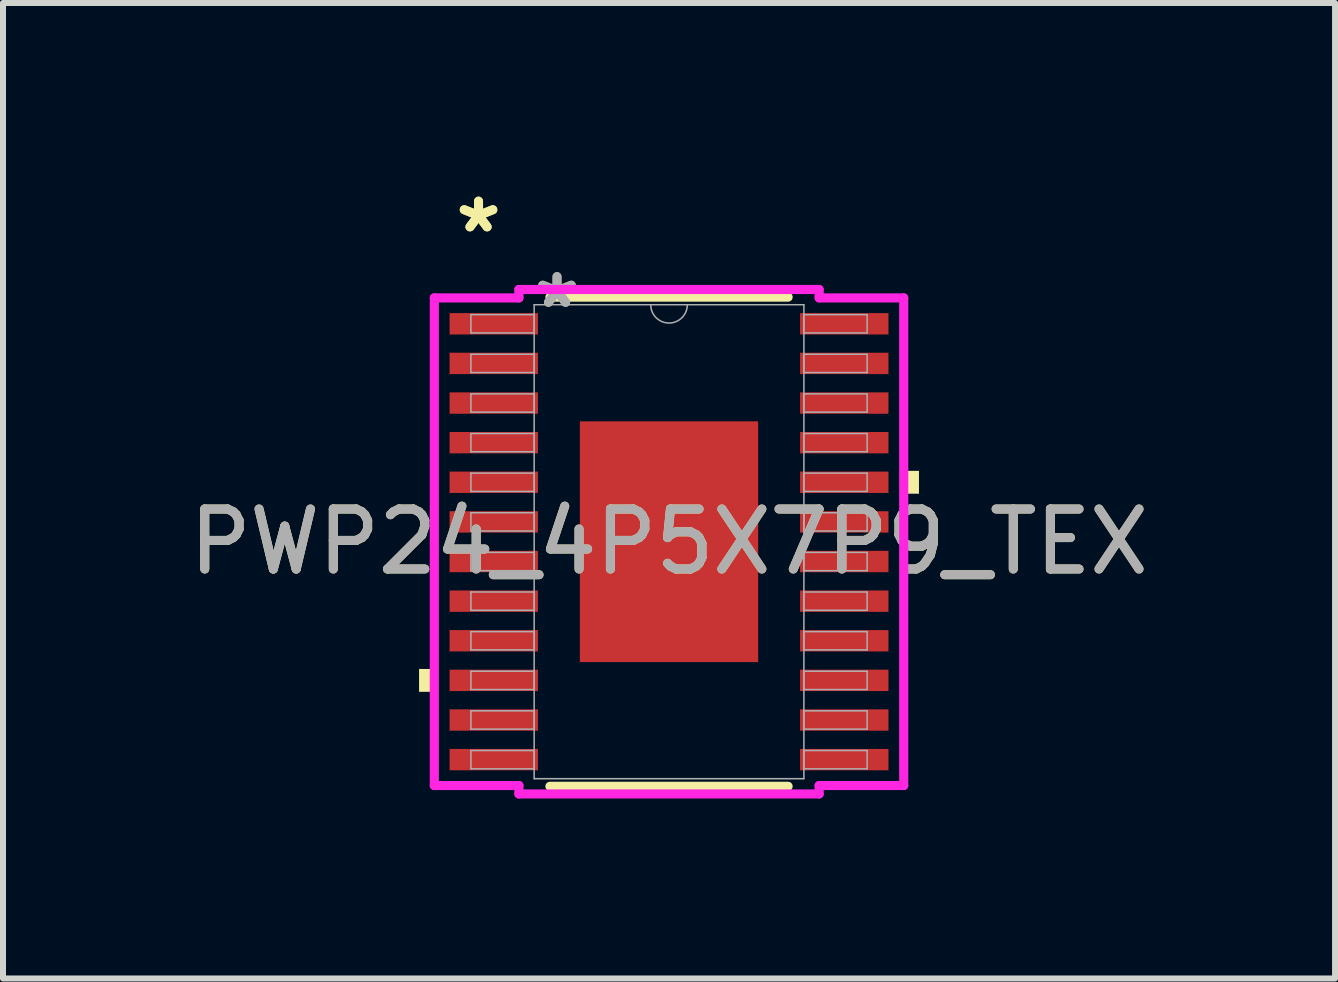
<source format=kicad_pcb>
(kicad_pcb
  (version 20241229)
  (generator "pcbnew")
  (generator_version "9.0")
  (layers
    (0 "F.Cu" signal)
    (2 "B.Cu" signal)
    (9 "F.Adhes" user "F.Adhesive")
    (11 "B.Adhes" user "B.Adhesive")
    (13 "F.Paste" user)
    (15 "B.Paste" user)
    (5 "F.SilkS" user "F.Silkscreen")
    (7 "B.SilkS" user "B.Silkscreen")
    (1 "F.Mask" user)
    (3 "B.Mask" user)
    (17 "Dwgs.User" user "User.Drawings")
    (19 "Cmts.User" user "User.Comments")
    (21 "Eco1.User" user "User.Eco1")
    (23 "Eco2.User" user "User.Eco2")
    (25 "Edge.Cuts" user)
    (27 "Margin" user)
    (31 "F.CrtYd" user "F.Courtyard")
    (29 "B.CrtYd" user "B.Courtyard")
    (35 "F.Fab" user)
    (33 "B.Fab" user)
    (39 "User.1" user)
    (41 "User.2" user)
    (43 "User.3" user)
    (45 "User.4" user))
  (footprint "PWP24_4P5X7P9_TEX"
    (layer "F.Cu")
    (at 8.101 5.979)
    (property "Reference" "PWP24_4P5X7P9_TEX" (at 0 0 0) (unlocked yes) (layer "F.SilkS") (effects (font (size 1 1) (thickness 0.15))))
    (attr smd)
    (fp_line (start -1.985 4.077) (end 1.985 4.077) (stroke (width 0.152) (type solid)) (layer "F.SilkS"))
    (fp_line (start 1.985 -4.077) (end -1.985 -4.077) (stroke (width 0.152) (type solid)) (layer "F.SilkS"))
    (fp_poly (pts (xy -4.166 2.121) (xy -4.166 2.502) (xy -3.912 2.502) (xy -3.912 2.121)) (stroke (width 0) (type solid)) (fill yes) (layer "F.SilkS"))
    (fp_poly (pts (xy 4.166 -1.181) (xy 4.166 -0.8) (xy 3.912 -0.8) (xy 3.912 -1.181)) (stroke (width 0) (type solid)) (fill yes) (layer "F.SilkS"))
    (fp_poly (pts (xy -1.386 -1.907) (xy -1.386 -0.769) (xy -0.1 -0.769) (xy -0.1 -1.907)) (stroke (width 0) (type solid)) (fill yes) (layer "F.Paste"))
    (fp_poly (pts (xy -1.386 -0.569) (xy -1.386 0.569) (xy -0.1 0.569) (xy -0.1 -0.569)) (stroke (width 0) (type solid)) (fill yes) (layer "F.Paste"))
    (fp_poly (pts (xy -1.386 0.769) (xy -1.386 1.907) (xy -0.1 1.907) (xy -0.1 0.769)) (stroke (width 0) (type solid)) (fill yes) (layer "F.Paste"))
    (fp_poly (pts (xy 0.1 -1.907) (xy 0.1 -0.769) (xy 1.386 -0.769) (xy 1.386 -1.907)) (stroke (width 0) (type solid)) (fill yes) (layer "F.Paste"))
    (fp_poly (pts (xy 0.1 -0.569) (xy 0.1 0.569) (xy 1.386 0.569) (xy 1.386 -0.569)) (stroke (width 0) (type solid)) (fill yes) (layer "F.Paste"))
    (fp_poly (pts (xy 0.1 0.769) (xy 0.1 1.907) (xy 1.386 1.907) (xy 1.386 0.769)) (stroke (width 0) (type solid)) (fill yes) (layer "F.Paste"))
    (fp_line (start -3.912 -4.064) (end -2.502 -4.064) (stroke (width 0.152) (type solid)) (layer "F.CrtYd"))
    (fp_line (start -3.912 4.064) (end -3.912 -4.064) (stroke (width 0.152) (type solid)) (layer "F.CrtYd"))
    (fp_line (start -3.912 4.064) (end -2.502 4.064) (stroke (width 0.152) (type solid)) (layer "F.CrtYd"))
    (fp_line (start -2.502 -4.204) (end 2.502 -4.204) (stroke (width 0.152) (type solid)) (layer "F.CrtYd"))
    (fp_line (start -2.502 -4.064) (end -2.502 -4.204) (stroke (width 0.152) (type solid)) (layer "F.CrtYd"))
    (fp_line (start -2.502 4.204) (end -2.502 4.064) (stroke (width 0.152) (type solid)) (layer "F.CrtYd"))
    (fp_line (start 2.502 -4.204) (end 2.502 -4.064) (stroke (width 0.152) (type solid)) (layer "F.CrtYd"))
    (fp_line (start 2.502 4.064) (end 2.502 4.204) (stroke (width 0.152) (type solid)) (layer "F.CrtYd"))
    (fp_line (start 2.502 4.204) (end -2.502 4.204) (stroke (width 0.152) (type solid)) (layer "F.CrtYd"))
    (fp_line (start 3.912 -4.064) (end 2.502 -4.064) (stroke (width 0.152) (type solid)) (layer "F.CrtYd"))
    (fp_line (start 3.912 -4.064) (end 3.912 4.064) (stroke (width 0.152) (type solid)) (layer "F.CrtYd"))
    (fp_line (start 3.912 4.064) (end 2.502 4.064) (stroke (width 0.152) (type solid)) (layer "F.CrtYd"))
    (fp_line (start -3.302 -3.785) (end -3.302 -3.48) (stroke (width 0.025) (type solid)) (layer "F.Fab"))
    (fp_line (start -3.302 -3.48) (end -2.248 -3.48) (stroke (width 0.025) (type solid)) (layer "F.Fab"))
    (fp_line (start -3.302 -3.124) (end -3.302 -2.819) (stroke (width 0.025) (type solid)) (layer "F.Fab"))
    (fp_line (start -3.302 -2.819) (end -2.248 -2.819) (stroke (width 0.025) (type solid)) (layer "F.Fab"))
    (fp_line (start -3.302 -2.464) (end -3.302 -2.159) (stroke (width 0.025) (type solid)) (layer "F.Fab"))
    (fp_line (start -3.302 -2.159) (end -2.248 -2.159) (stroke (width 0.025) (type solid)) (layer "F.Fab"))
    (fp_line (start -3.302 -1.803) (end -3.302 -1.499) (stroke (width 0.025) (type solid)) (layer "F.Fab"))
    (fp_line (start -3.302 -1.499) (end -2.248 -1.499) (stroke (width 0.025) (type solid)) (layer "F.Fab"))
    (fp_line (start -3.302 -1.143) (end -3.302 -0.838) (stroke (width 0.025) (type solid)) (layer "F.Fab"))
    (fp_line (start -3.302 -0.838) (end -2.248 -0.838) (stroke (width 0.025) (type solid)) (layer "F.Fab"))
    (fp_line (start -3.302 -0.483) (end -3.302 -0.178) (stroke (width 0.025) (type solid)) (layer "F.Fab"))
    (fp_line (start -3.302 -0.178) (end -2.248 -0.178) (stroke (width 0.025) (type solid)) (layer "F.Fab"))
    (fp_line (start -3.302 0.178) (end -3.302 0.483) (stroke (width 0.025) (type solid)) (layer "F.Fab"))
    (fp_line (start -3.302 0.483) (end -2.248 0.483) (stroke (width 0.025) (type solid)) (layer "F.Fab"))
    (fp_line (start -3.302 0.838) (end -3.302 1.143) (stroke (width 0.025) (type solid)) (layer "F.Fab"))
    (fp_line (start -3.302 1.143) (end -2.248 1.143) (stroke (width 0.025) (type solid)) (layer "F.Fab"))
    (fp_line (start -3.302 1.499) (end -3.302 1.803) (stroke (width 0.025) (type solid)) (layer "F.Fab"))
    (fp_line (start -3.302 1.803) (end -2.248 1.803) (stroke (width 0.025) (type solid)) (layer "F.Fab"))
    (fp_line (start -3.302 2.159) (end -3.302 2.464) (stroke (width 0.025) (type solid)) (layer "F.Fab"))
    (fp_line (start -3.302 2.464) (end -2.248 2.464) (stroke (width 0.025) (type solid)) (layer "F.Fab"))
    (fp_line (start -3.302 2.819) (end -3.302 3.124) (stroke (width 0.025) (type solid)) (layer "F.Fab"))
    (fp_line (start -3.302 3.124) (end -2.248 3.124) (stroke (width 0.025) (type solid)) (layer "F.Fab"))
    (fp_line (start -3.302 3.48) (end -3.302 3.785) (stroke (width 0.025) (type solid)) (layer "F.Fab"))
    (fp_line (start -3.302 3.785) (end -2.248 3.785) (stroke (width 0.025) (type solid)) (layer "F.Fab"))
    (fp_line (start -2.248 -3.95) (end -2.248 3.95) (stroke (width 0.025) (type solid)) (layer "F.Fab"))
    (fp_line (start -2.248 -3.785) (end -3.302 -3.785) (stroke (width 0.025) (type solid)) (layer "F.Fab"))
    (fp_line (start -2.248 -3.48) (end -2.248 -3.785) (stroke (width 0.025) (type solid)) (layer "F.Fab"))
    (fp_line (start -2.248 -3.124) (end -3.302 -3.124) (stroke (width 0.025) (type solid)) (layer "F.Fab"))
    (fp_line (start -2.248 -2.819) (end -2.248 -3.124) (stroke (width 0.025) (type solid)) (layer "F.Fab"))
    (fp_line (start -2.248 -2.464) (end -3.302 -2.464) (stroke (width 0.025) (type solid)) (layer "F.Fab"))
    (fp_line (start -2.248 -2.159) (end -2.248 -2.464) (stroke (width 0.025) (type solid)) (layer "F.Fab"))
    (fp_line (start -2.248 -1.803) (end -3.302 -1.803) (stroke (width 0.025) (type solid)) (layer "F.Fab"))
    (fp_line (start -2.248 -1.499) (end -2.248 -1.803) (stroke (width 0.025) (type solid)) (layer "F.Fab"))
    (fp_line (start -2.248 -1.143) (end -3.302 -1.143) (stroke (width 0.025) (type solid)) (layer "F.Fab"))
    (fp_line (start -2.248 -0.838) (end -2.248 -1.143) (stroke (width 0.025) (type solid)) (layer "F.Fab"))
    (fp_line (start -2.248 -0.483) (end -3.302 -0.483) (stroke (width 0.025) (type solid)) (layer "F.Fab"))
    (fp_line (start -2.248 -0.178) (end -2.248 -0.483) (stroke (width 0.025) (type solid)) (layer "F.Fab"))
    (fp_line (start -2.248 0.178) (end -3.302 0.178) (stroke (width 0.025) (type solid)) (layer "F.Fab"))
    (fp_line (start -2.248 0.483) (end -2.248 0.178) (stroke (width 0.025) (type solid)) (layer "F.Fab"))
    (fp_line (start -2.248 0.838) (end -3.302 0.838) (stroke (width 0.025) (type solid)) (layer "F.Fab"))
    (fp_line (start -2.248 1.143) (end -2.248 0.838) (stroke (width 0.025) (type solid)) (layer "F.Fab"))
    (fp_line (start -2.248 1.499) (end -3.302 1.499) (stroke (width 0.025) (type solid)) (layer "F.Fab"))
    (fp_line (start -2.248 1.803) (end -2.248 1.499) (stroke (width 0.025) (type solid)) (layer "F.Fab"))
    (fp_line (start -2.248 2.159) (end -3.302 2.159) (stroke (width 0.025) (type solid)) (layer "F.Fab"))
    (fp_line (start -2.248 2.464) (end -2.248 2.159) (stroke (width 0.025) (type solid)) (layer "F.Fab"))
    (fp_line (start -2.248 2.819) (end -3.302 2.819) (stroke (width 0.025) (type solid)) (layer "F.Fab"))
    (fp_line (start -2.248 3.124) (end -2.248 2.819) (stroke (width 0.025) (type solid)) (layer "F.Fab"))
    (fp_line (start -2.248 3.48) (end -3.302 3.48) (stroke (width 0.025) (type solid)) (layer "F.Fab"))
    (fp_line (start -2.248 3.785) (end -2.248 3.48) (stroke (width 0.025) (type solid)) (layer "F.Fab"))
    (fp_line (start -2.248 3.95) (end 2.248 3.95) (stroke (width 0.025) (type solid)) (layer "F.Fab"))
    (fp_line (start 2.248 -3.95) (end -2.248 -3.95) (stroke (width 0.025) (type solid)) (layer "F.Fab"))
    (fp_line (start 2.248 -3.785) (end 2.248 -3.48) (stroke (width 0.025) (type solid)) (layer "F.Fab"))
    (fp_line (start 2.248 -3.48) (end 3.302 -3.48) (stroke (width 0.025) (type solid)) (layer "F.Fab"))
    (fp_line (start 2.248 -3.124) (end 2.248 -2.819) (stroke (width 0.025) (type solid)) (layer "F.Fab"))
    (fp_line (start 2.248 -2.819) (end 3.302 -2.819) (stroke (width 0.025) (type solid)) (layer "F.Fab"))
    (fp_line (start 2.248 -2.464) (end 2.248 -2.159) (stroke (width 0.025) (type solid)) (layer "F.Fab"))
    (fp_line (start 2.248 -2.159) (end 3.302 -2.159) (stroke (width 0.025) (type solid)) (layer "F.Fab"))
    (fp_line (start 2.248 -1.803) (end 2.248 -1.499) (stroke (width 0.025) (type solid)) (layer "F.Fab"))
    (fp_line (start 2.248 -1.499) (end 3.302 -1.499) (stroke (width 0.025) (type solid)) (layer "F.Fab"))
    (fp_line (start 2.248 -1.143) (end 2.248 -0.838) (stroke (width 0.025) (type solid)) (layer "F.Fab"))
    (fp_line (start 2.248 -0.838) (end 3.302 -0.838) (stroke (width 0.025) (type solid)) (layer "F.Fab"))
    (fp_line (start 2.248 -0.483) (end 2.248 -0.178) (stroke (width 0.025) (type solid)) (layer "F.Fab"))
    (fp_line (start 2.248 -0.178) (end 3.302 -0.178) (stroke (width 0.025) (type solid)) (layer "F.Fab"))
    (fp_line (start 2.248 0.178) (end 2.248 0.483) (stroke (width 0.025) (type solid)) (layer "F.Fab"))
    (fp_line (start 2.248 0.483) (end 3.302 0.483) (stroke (width 0.025) (type solid)) (layer "F.Fab"))
    (fp_line (start 2.248 0.838) (end 2.248 1.143) (stroke (width 0.025) (type solid)) (layer "F.Fab"))
    (fp_line (start 2.248 1.143) (end 3.302 1.143) (stroke (width 0.025) (type solid)) (layer "F.Fab"))
    (fp_line (start 2.248 1.499) (end 2.248 1.803) (stroke (width 0.025) (type solid)) (layer "F.Fab"))
    (fp_line (start 2.248 1.803) (end 3.302 1.803) (stroke (width 0.025) (type solid)) (layer "F.Fab"))
    (fp_line (start 2.248 2.159) (end 2.248 2.464) (stroke (width 0.025) (type solid)) (layer "F.Fab"))
    (fp_line (start 2.248 2.464) (end 3.302 2.464) (stroke (width 0.025) (type solid)) (layer "F.Fab"))
    (fp_line (start 2.248 2.819) (end 2.248 3.124) (stroke (width 0.025) (type solid)) (layer "F.Fab"))
    (fp_line (start 2.248 3.124) (end 3.302 3.124) (stroke (width 0.025) (type solid)) (layer "F.Fab"))
    (fp_line (start 2.248 3.48) (end 2.248 3.785) (stroke (width 0.025) (type solid)) (layer "F.Fab"))
    (fp_line (start 2.248 3.785) (end 3.302 3.785) (stroke (width 0.025) (type solid)) (layer "F.Fab"))
    (fp_line (start 2.248 3.95) (end 2.248 -3.95) (stroke (width 0.025) (type solid)) (layer "F.Fab"))
    (fp_line (start 3.302 -3.785) (end 2.248 -3.785) (stroke (width 0.025) (type solid)) (layer "F.Fab"))
    (fp_line (start 3.302 -3.48) (end 3.302 -3.785) (stroke (width 0.025) (type solid)) (layer "F.Fab"))
    (fp_line (start 3.302 -3.124) (end 2.248 -3.124) (stroke (width 0.025) (type solid)) (layer "F.Fab"))
    (fp_line (start 3.302 -2.819) (end 3.302 -3.124) (stroke (width 0.025) (type solid)) (layer "F.Fab"))
    (fp_line (start 3.302 -2.464) (end 2.248 -2.464) (stroke (width 0.025) (type solid)) (layer "F.Fab"))
    (fp_line (start 3.302 -2.159) (end 3.302 -2.464) (stroke (width 0.025) (type solid)) (layer "F.Fab"))
    (fp_line (start 3.302 -1.803) (end 2.248 -1.803) (stroke (width 0.025) (type solid)) (layer "F.Fab"))
    (fp_line (start 3.302 -1.499) (end 3.302 -1.803) (stroke (width 0.025) (type solid)) (layer "F.Fab"))
    (fp_line (start 3.302 -1.143) (end 2.248 -1.143) (stroke (width 0.025) (type solid)) (layer "F.Fab"))
    (fp_line (start 3.302 -0.838) (end 3.302 -1.143) (stroke (width 0.025) (type solid)) (layer "F.Fab"))
    (fp_line (start 3.302 -0.483) (end 2.248 -0.483) (stroke (width 0.025) (type solid)) (layer "F.Fab"))
    (fp_line (start 3.302 -0.178) (end 3.302 -0.483) (stroke (width 0.025) (type solid)) (layer "F.Fab"))
    (fp_line (start 3.302 0.178) (end 2.248 0.178) (stroke (width 0.025) (type solid)) (layer "F.Fab"))
    (fp_line (start 3.302 0.483) (end 3.302 0.178) (stroke (width 0.025) (type solid)) (layer "F.Fab"))
    (fp_line (start 3.302 0.838) (end 2.248 0.838) (stroke (width 0.025) (type solid)) (layer "F.Fab"))
    (fp_line (start 3.302 1.143) (end 3.302 0.838) (stroke (width 0.025) (type solid)) (layer "F.Fab"))
    (fp_line (start 3.302 1.499) (end 2.248 1.499) (stroke (width 0.025) (type solid)) (layer "F.Fab"))
    (fp_line (start 3.302 1.803) (end 3.302 1.499) (stroke (width 0.025) (type solid)) (layer "F.Fab"))
    (fp_line (start 3.302 2.159) (end 2.248 2.159) (stroke (width 0.025) (type solid)) (layer "F.Fab"))
    (fp_line (start 3.302 2.464) (end 3.302 2.159) (stroke (width 0.025) (type solid)) (layer "F.Fab"))
    (fp_line (start 3.302 2.819) (end 2.248 2.819) (stroke (width 0.025) (type solid)) (layer "F.Fab"))
    (fp_line (start 3.302 3.124) (end 3.302 2.819) (stroke (width 0.025) (type solid)) (layer "F.Fab"))
    (fp_line (start 3.302 3.48) (end 2.248 3.48) (stroke (width 0.025) (type solid)) (layer "F.Fab"))
    (fp_line (start 3.302 3.785) (end 3.302 3.48) (stroke (width 0.025) (type solid)) (layer "F.Fab"))
    (fp_arc (start 0.3048 -3.9497) (mid 0 -3.6449) (end -0.3048 -3.9497) (stroke (width 0.0254) (type solid)) (layer "F.Fab"))
    (fp_text user "*" (at -3.175 -5.131 0) (unlocked yes) (layer "F.SilkS") (effects (font (size 1 1) (thickness 0.15))))
    (fp_text user "*" (at -3.175 -5.131 0) (layer "F.SilkS") (effects (font (size 1 1) (thickness 0.15))))
    (fp_text user "*" (at -1.867 -3.873 0) (layer "F.Fab") (effects (font (size 1 1) (thickness 0.15))))
    (fp_text user "*" (at -1.867 -3.873 0) (unlocked yes) (layer "F.Fab") (effects (font (size 1 1) (thickness 0.15))))
    (fp_text user "${REFERENCE}" (at 0 0 0) (unlocked yes) (layer "F.Fab") (effects (font (size 1 1) (thickness 0.15))))
    (pad "1" smd rect (at -2.921 -3.632) (size 1.473 0.356) (layers "F.Cu" "F.Mask" "F.Paste"))
    (pad "2" smd rect (at -2.921 -2.972) (size 1.473 0.356) (layers "F.Cu" "F.Mask" "F.Paste"))
    (pad "3" smd rect (at -2.921 -2.311) (size 1.473 0.356) (layers "F.Cu" "F.Mask" "F.Paste"))
    (pad "4" smd rect (at -2.921 -1.651) (size 1.473 0.356) (layers "F.Cu" "F.Mask" "F.Paste"))
    (pad "5" smd rect (at -2.921 -0.991) (size 1.473 0.356) (layers "F.Cu" "F.Mask" "F.Paste"))
    (pad "6" smd rect (at -2.921 -0.33) (size 1.473 0.356) (layers "F.Cu" "F.Mask" "F.Paste"))
    (pad "7" smd rect (at -2.921 0.33) (size 1.473 0.356) (layers "F.Cu" "F.Mask" "F.Paste"))
    (pad "8" smd rect (at -2.921 0.991) (size 1.473 0.356) (layers "F.Cu" "F.Mask" "F.Paste"))
    (pad "9" smd rect (at -2.921 1.651) (size 1.473 0.356) (layers "F.Cu" "F.Mask" "F.Paste"))
    (pad "10" smd rect (at -2.921 2.311) (size 1.473 0.356) (layers "F.Cu" "F.Mask" "F.Paste"))
    (pad "11" smd rect (at -2.921 2.972) (size 1.473 0.356) (layers "F.Cu" "F.Mask" "F.Paste"))
    (pad "12" smd rect (at -2.921 3.632) (size 1.473 0.356) (layers "F.Cu" "F.Mask" "F.Paste"))
    (pad "13" smd rect (at 2.921 3.632) (size 1.473 0.356) (layers "F.Cu" "F.Mask" "F.Paste"))
    (pad "14" smd rect (at 2.921 2.972) (size 1.473 0.356) (layers "F.Cu" "F.Mask" "F.Paste"))
    (pad "15" smd rect (at 2.921 2.311) (size 1.473 0.356) (layers "F.Cu" "F.Mask" "F.Paste"))
    (pad "16" smd rect (at 2.921 1.651) (size 1.473 0.356) (layers "F.Cu" "F.Mask" "F.Paste"))
    (pad "17" smd rect (at 2.921 0.991) (size 1.473 0.356) (layers "F.Cu" "F.Mask" "F.Paste"))
    (pad "18" smd rect (at 2.921 0.33) (size 1.473 0.356) (layers "F.Cu" "F.Mask" "F.Paste"))
    (pad "19" smd rect (at 2.921 -0.33) (size 1.473 0.356) (layers "F.Cu" "F.Mask" "F.Paste"))
    (pad "20" smd rect (at 2.921 -0.991) (size 1.473 0.356) (layers "F.Cu" "F.Mask" "F.Paste"))
    (pad "21" smd rect (at 2.921 -1.651) (size 1.473 0.356) (layers "F.Cu" "F.Mask" "F.Paste"))
    (pad "22" smd rect (at 2.921 -2.311) (size 1.473 0.356) (layers "F.Cu" "F.Mask" "F.Paste"))
    (pad "23" smd rect (at 2.921 -2.972) (size 1.473 0.356) (layers "F.Cu" "F.Mask" "F.Paste"))
    (pad "24" smd rect (at 2.921 -3.632) (size 1.473 0.356) (layers "F.Cu" "F.Mask" "F.Paste"))
    (pad "EPAD" smd rect (at 0 0) (size 2.972 4.013) (layers "F.Cu" "F.Mask")))
  (gr_rect
    (start -3 -3)
    (end 19.202 13.259)
    (stroke (width 0.1) (type default))
    (fill no)
    (layer "Edge.Cuts")))
</source>
